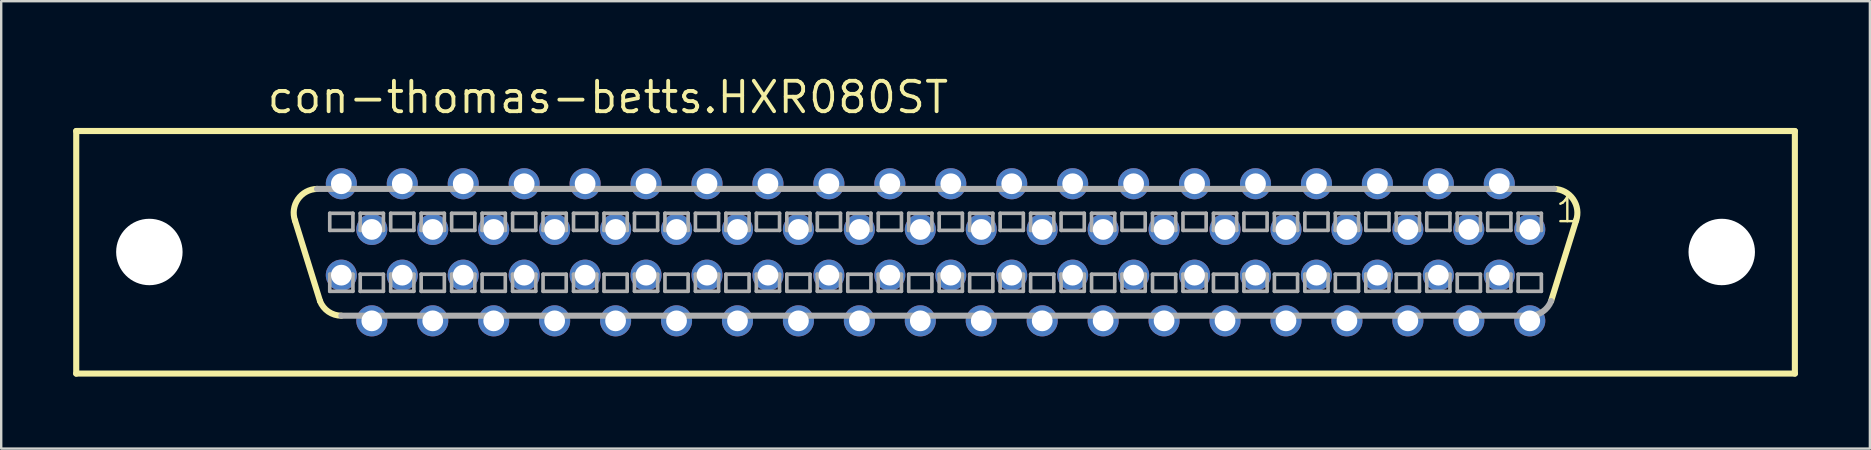
<source format=kicad_pcb>
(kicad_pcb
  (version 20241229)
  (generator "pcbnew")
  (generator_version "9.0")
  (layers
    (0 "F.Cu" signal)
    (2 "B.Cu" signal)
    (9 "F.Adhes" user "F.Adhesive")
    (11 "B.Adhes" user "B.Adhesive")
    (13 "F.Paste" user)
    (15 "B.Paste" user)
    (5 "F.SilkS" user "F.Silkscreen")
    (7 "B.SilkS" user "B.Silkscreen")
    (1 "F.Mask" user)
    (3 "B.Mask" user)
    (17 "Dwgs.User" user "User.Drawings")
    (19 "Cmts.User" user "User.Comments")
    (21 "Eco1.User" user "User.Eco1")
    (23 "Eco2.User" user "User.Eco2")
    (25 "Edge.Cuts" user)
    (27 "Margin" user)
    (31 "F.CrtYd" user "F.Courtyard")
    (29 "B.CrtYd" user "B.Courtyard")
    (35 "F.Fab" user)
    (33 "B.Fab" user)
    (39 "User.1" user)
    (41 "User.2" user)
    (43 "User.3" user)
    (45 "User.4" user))
  (footprint "con-thomas-betts.HXR080ST"
    (layer "F.Cu")
    (at 35.941 7.465)
    (property "Reference" "con-thomas-betts.HXR080ST" (at -27.94 -5.715 0) (layer "F.SilkS") (effects (font (size 1.27 1.27) (thickness 0.16)) (justify left bottom)))
    (attr through_hole)
    (fp_line (start -35.814 -5.055) (end 35.814 -5.055) (stroke (width 0.254) (type default)) (layer "F.SilkS"))
    (fp_line (start -35.814 5.055) (end -35.814 -5.055) (stroke (width 0.254) (type default)) (layer "F.SilkS"))
    (fp_line (start -25.654 2.032) (end -26.695 -1.321) (stroke (width 0.254) (type default)) (layer "F.SilkS"))
    (fp_line (start 25.654 2.032) (end 26.695 -1.321) (stroke (width 0.254) (type default)) (layer "F.SilkS"))
    (fp_line (start 35.814 -5.055) (end 35.814 5.055) (stroke (width 0.254) (type default)) (layer "F.SilkS"))
    (fp_line (start 35.814 5.055) (end -35.814 5.055) (stroke (width 0.254) (type default)) (layer "F.SilkS"))
    (fp_arc (start -26.6954 -1.3208) (mid -26.573543 -2.213361) (end -25.781 -2.6416) (stroke (width 0.254) (type default)) (layer "F.SilkS"))
    (fp_arc (start -24.765 2.6416) (mid -25.304029 2.474654) (end -25.654 2.032) (stroke (width 0.254) (type default)) (layer "F.SilkS"))
    (fp_arc (start 25.781 -2.6416) (mid 26.573543 -2.213361) (end 26.6954 -1.3208) (stroke (width 0.254) (type default)) (layer "F.SilkS"))
    (fp_line (start -25.248 -1.626) (end -25.248 -0.914) (stroke (width 0.152) (type default)) (layer "F.Fab"))
    (fp_line (start -25.248 -0.914) (end -24.282 -0.914) (stroke (width 0.152) (type default)) (layer "F.Fab"))
    (fp_line (start -25.248 0.914) (end -25.248 1.626) (stroke (width 0.152) (type default)) (layer "F.Fab"))
    (fp_line (start -25.248 1.626) (end -24.282 1.626) (stroke (width 0.152) (type default)) (layer "F.Fab"))
    (fp_line (start -24.282 -1.626) (end -25.248 -1.626) (stroke (width 0.152) (type default)) (layer "F.Fab"))
    (fp_line (start -24.282 -0.914) (end -24.282 -1.626) (stroke (width 0.152) (type default)) (layer "F.Fab"))
    (fp_line (start -24.282 0.914) (end -25.248 0.914) (stroke (width 0.152) (type default)) (layer "F.Fab"))
    (fp_line (start -24.282 1.626) (end -24.282 0.914) (stroke (width 0.152) (type default)) (layer "F.Fab"))
    (fp_line (start -23.978 -1.626) (end -23.978 -0.914) (stroke (width 0.152) (type default)) (layer "F.Fab"))
    (fp_line (start -23.978 -0.914) (end -23.012 -0.914) (stroke (width 0.152) (type default)) (layer "F.Fab"))
    (fp_line (start -23.978 0.914) (end -23.978 1.626) (stroke (width 0.152) (type default)) (layer "F.Fab"))
    (fp_line (start -23.978 1.626) (end -23.012 1.626) (stroke (width 0.152) (type default)) (layer "F.Fab"))
    (fp_line (start -23.012 -1.626) (end -23.978 -1.626) (stroke (width 0.152) (type default)) (layer "F.Fab"))
    (fp_line (start -23.012 -0.914) (end -23.012 -1.626) (stroke (width 0.152) (type default)) (layer "F.Fab"))
    (fp_line (start -23.012 0.914) (end -23.978 0.914) (stroke (width 0.152) (type default)) (layer "F.Fab"))
    (fp_line (start -23.012 1.626) (end -23.012 0.914) (stroke (width 0.152) (type default)) (layer "F.Fab"))
    (fp_line (start -22.708 -1.626) (end -22.708 -0.914) (stroke (width 0.152) (type default)) (layer "F.Fab"))
    (fp_line (start -22.708 -0.914) (end -21.742 -0.914) (stroke (width 0.152) (type default)) (layer "F.Fab"))
    (fp_line (start -22.708 0.914) (end -22.708 1.626) (stroke (width 0.152) (type default)) (layer "F.Fab"))
    (fp_line (start -22.708 1.626) (end -21.742 1.626) (stroke (width 0.152) (type default)) (layer "F.Fab"))
    (fp_line (start -21.742 -1.626) (end -22.708 -1.626) (stroke (width 0.152) (type default)) (layer "F.Fab"))
    (fp_line (start -21.742 -0.914) (end -21.742 -1.626) (stroke (width 0.152) (type default)) (layer "F.Fab"))
    (fp_line (start -21.742 0.914) (end -22.708 0.914) (stroke (width 0.152) (type default)) (layer "F.Fab"))
    (fp_line (start -21.742 1.626) (end -21.742 0.914) (stroke (width 0.152) (type default)) (layer "F.Fab"))
    (fp_line (start -21.438 -1.626) (end -21.438 -0.914) (stroke (width 0.152) (type default)) (layer "F.Fab"))
    (fp_line (start -21.438 -0.914) (end -20.472 -0.914) (stroke (width 0.152) (type default)) (layer "F.Fab"))
    (fp_line (start -21.438 0.914) (end -21.438 1.626) (stroke (width 0.152) (type default)) (layer "F.Fab"))
    (fp_line (start -21.438 1.626) (end -20.472 1.626) (stroke (width 0.152) (type default)) (layer "F.Fab"))
    (fp_line (start -20.472 -1.626) (end -21.438 -1.626) (stroke (width 0.152) (type default)) (layer "F.Fab"))
    (fp_line (start -20.472 -0.914) (end -20.472 -1.626) (stroke (width 0.152) (type default)) (layer "F.Fab"))
    (fp_line (start -20.472 0.914) (end -21.438 0.914) (stroke (width 0.152) (type default)) (layer "F.Fab"))
    (fp_line (start -20.472 1.626) (end -20.472 0.914) (stroke (width 0.152) (type default)) (layer "F.Fab"))
    (fp_line (start -20.168 -1.626) (end -20.168 -0.914) (stroke (width 0.152) (type default)) (layer "F.Fab"))
    (fp_line (start -20.168 -0.914) (end -19.202 -0.914) (stroke (width 0.152) (type default)) (layer "F.Fab"))
    (fp_line (start -20.168 0.914) (end -20.168 1.626) (stroke (width 0.152) (type default)) (layer "F.Fab"))
    (fp_line (start -20.168 1.626) (end -19.202 1.626) (stroke (width 0.152) (type default)) (layer "F.Fab"))
    (fp_line (start -19.202 -1.626) (end -20.168 -1.626) (stroke (width 0.152) (type default)) (layer "F.Fab"))
    (fp_line (start -19.202 -0.914) (end -19.202 -1.626) (stroke (width 0.152) (type default)) (layer "F.Fab"))
    (fp_line (start -19.202 0.914) (end -20.168 0.914) (stroke (width 0.152) (type default)) (layer "F.Fab"))
    (fp_line (start -19.202 1.626) (end -19.202 0.914) (stroke (width 0.152) (type default)) (layer "F.Fab"))
    (fp_line (start -18.898 -1.626) (end -18.898 -0.914) (stroke (width 0.152) (type default)) (layer "F.Fab"))
    (fp_line (start -18.898 -0.914) (end -17.932 -0.914) (stroke (width 0.152) (type default)) (layer "F.Fab"))
    (fp_line (start -18.898 0.914) (end -18.898 1.626) (stroke (width 0.152) (type default)) (layer "F.Fab"))
    (fp_line (start -18.898 1.626) (end -17.932 1.626) (stroke (width 0.152) (type default)) (layer "F.Fab"))
    (fp_line (start -17.932 -1.626) (end -18.898 -1.626) (stroke (width 0.152) (type default)) (layer "F.Fab"))
    (fp_line (start -17.932 -0.914) (end -17.932 -1.626) (stroke (width 0.152) (type default)) (layer "F.Fab"))
    (fp_line (start -17.932 0.914) (end -18.898 0.914) (stroke (width 0.152) (type default)) (layer "F.Fab"))
    (fp_line (start -17.932 1.626) (end -17.932 0.914) (stroke (width 0.152) (type default)) (layer "F.Fab"))
    (fp_line (start -17.628 -1.626) (end -17.628 -0.914) (stroke (width 0.152) (type default)) (layer "F.Fab"))
    (fp_line (start -17.628 -0.914) (end -16.662 -0.914) (stroke (width 0.152) (type default)) (layer "F.Fab"))
    (fp_line (start -17.628 0.914) (end -17.628 1.626) (stroke (width 0.152) (type default)) (layer "F.Fab"))
    (fp_line (start -17.628 1.626) (end -16.662 1.626) (stroke (width 0.152) (type default)) (layer "F.Fab"))
    (fp_line (start -16.662 -1.626) (end -17.628 -1.626) (stroke (width 0.152) (type default)) (layer "F.Fab"))
    (fp_line (start -16.662 -0.914) (end -16.662 -1.626) (stroke (width 0.152) (type default)) (layer "F.Fab"))
    (fp_line (start -16.662 0.914) (end -17.628 0.914) (stroke (width 0.152) (type default)) (layer "F.Fab"))
    (fp_line (start -16.662 1.626) (end -16.662 0.914) (stroke (width 0.152) (type default)) (layer "F.Fab"))
    (fp_line (start -16.358 -1.626) (end -16.358 -0.914) (stroke (width 0.152) (type default)) (layer "F.Fab"))
    (fp_line (start -16.358 -0.914) (end -15.392 -0.914) (stroke (width 0.152) (type default)) (layer "F.Fab"))
    (fp_line (start -16.358 0.914) (end -16.358 1.626) (stroke (width 0.152) (type default)) (layer "F.Fab"))
    (fp_line (start -16.358 1.626) (end -15.392 1.626) (stroke (width 0.152) (type default)) (layer "F.Fab"))
    (fp_line (start -15.392 -1.626) (end -16.358 -1.626) (stroke (width 0.152) (type default)) (layer "F.Fab"))
    (fp_line (start -15.392 -0.914) (end -15.392 -1.626) (stroke (width 0.152) (type default)) (layer "F.Fab"))
    (fp_line (start -15.392 0.914) (end -16.358 0.914) (stroke (width 0.152) (type default)) (layer "F.Fab"))
    (fp_line (start -15.392 1.626) (end -15.392 0.914) (stroke (width 0.152) (type default)) (layer "F.Fab"))
    (fp_line (start -15.088 -1.626) (end -15.088 -0.914) (stroke (width 0.152) (type default)) (layer "F.Fab"))
    (fp_line (start -15.088 -0.914) (end -14.122 -0.914) (stroke (width 0.152) (type default)) (layer "F.Fab"))
    (fp_line (start -15.088 0.914) (end -15.088 1.626) (stroke (width 0.152) (type default)) (layer "F.Fab"))
    (fp_line (start -15.088 1.626) (end -14.122 1.626) (stroke (width 0.152) (type default)) (layer "F.Fab"))
    (fp_line (start -14.122 -1.626) (end -15.088 -1.626) (stroke (width 0.152) (type default)) (layer "F.Fab"))
    (fp_line (start -14.122 -0.914) (end -14.122 -1.626) (stroke (width 0.152) (type default)) (layer "F.Fab"))
    (fp_line (start -14.122 0.914) (end -15.088 0.914) (stroke (width 0.152) (type default)) (layer "F.Fab"))
    (fp_line (start -14.122 1.626) (end -14.122 0.914) (stroke (width 0.152) (type default)) (layer "F.Fab"))
    (fp_line (start -13.818 -1.626) (end -13.818 -0.914) (stroke (width 0.152) (type default)) (layer "F.Fab"))
    (fp_line (start -13.818 -0.914) (end -12.852 -0.914) (stroke (width 0.152) (type default)) (layer "F.Fab"))
    (fp_line (start -13.818 0.914) (end -13.818 1.626) (stroke (width 0.152) (type default)) (layer "F.Fab"))
    (fp_line (start -13.818 1.626) (end -12.852 1.626) (stroke (width 0.152) (type default)) (layer "F.Fab"))
    (fp_line (start -12.852 -1.626) (end -13.818 -1.626) (stroke (width 0.152) (type default)) (layer "F.Fab"))
    (fp_line (start -12.852 -0.914) (end -12.852 -1.626) (stroke (width 0.152) (type default)) (layer "F.Fab"))
    (fp_line (start -12.852 0.914) (end -13.818 0.914) (stroke (width 0.152) (type default)) (layer "F.Fab"))
    (fp_line (start -12.852 1.626) (end -12.852 0.914) (stroke (width 0.152) (type default)) (layer "F.Fab"))
    (fp_line (start -12.548 -1.626) (end -12.548 -0.914) (stroke (width 0.152) (type default)) (layer "F.Fab"))
    (fp_line (start -12.548 -0.914) (end -11.582 -0.914) (stroke (width 0.152) (type default)) (layer "F.Fab"))
    (fp_line (start -12.548 0.914) (end -12.548 1.626) (stroke (width 0.152) (type default)) (layer "F.Fab"))
    (fp_line (start -12.548 1.626) (end -11.582 1.626) (stroke (width 0.152) (type default)) (layer "F.Fab"))
    (fp_line (start -11.582 -1.626) (end -12.548 -1.626) (stroke (width 0.152) (type default)) (layer "F.Fab"))
    (fp_line (start -11.582 -0.914) (end -11.582 -1.626) (stroke (width 0.152) (type default)) (layer "F.Fab"))
    (fp_line (start -11.582 0.914) (end -12.548 0.914) (stroke (width 0.152) (type default)) (layer "F.Fab"))
    (fp_line (start -11.582 1.626) (end -11.582 0.914) (stroke (width 0.152) (type default)) (layer "F.Fab"))
    (fp_line (start -11.278 -1.626) (end -11.278 -0.914) (stroke (width 0.152) (type default)) (layer "F.Fab"))
    (fp_line (start -11.278 -0.914) (end -10.312 -0.914) (stroke (width 0.152) (type default)) (layer "F.Fab"))
    (fp_line (start -11.278 0.914) (end -11.278 1.626) (stroke (width 0.152) (type default)) (layer "F.Fab"))
    (fp_line (start -11.278 1.626) (end -10.312 1.626) (stroke (width 0.152) (type default)) (layer "F.Fab"))
    (fp_line (start -10.312 -1.626) (end -11.278 -1.626) (stroke (width 0.152) (type default)) (layer "F.Fab"))
    (fp_line (start -10.312 -0.914) (end -10.312 -1.626) (stroke (width 0.152) (type default)) (layer "F.Fab"))
    (fp_line (start -10.312 0.914) (end -11.278 0.914) (stroke (width 0.152) (type default)) (layer "F.Fab"))
    (fp_line (start -10.312 1.626) (end -10.312 0.914) (stroke (width 0.152) (type default)) (layer "F.Fab"))
    (fp_line (start -10.008 -1.626) (end -10.008 -0.914) (stroke (width 0.152) (type default)) (layer "F.Fab"))
    (fp_line (start -10.008 -0.914) (end -9.042 -0.914) (stroke (width 0.152) (type default)) (layer "F.Fab"))
    (fp_line (start -10.008 0.914) (end -10.008 1.626) (stroke (width 0.152) (type default)) (layer "F.Fab"))
    (fp_line (start -10.008 1.626) (end -9.042 1.626) (stroke (width 0.152) (type default)) (layer "F.Fab"))
    (fp_line (start -9.042 -1.626) (end -10.008 -1.626) (stroke (width 0.152) (type default)) (layer "F.Fab"))
    (fp_line (start -9.042 -0.914) (end -9.042 -1.626) (stroke (width 0.152) (type default)) (layer "F.Fab"))
    (fp_line (start -9.042 0.914) (end -10.008 0.914) (stroke (width 0.152) (type default)) (layer "F.Fab"))
    (fp_line (start -9.042 1.626) (end -9.042 0.914) (stroke (width 0.152) (type default)) (layer "F.Fab"))
    (fp_line (start -8.738 -1.626) (end -8.738 -0.914) (stroke (width 0.152) (type default)) (layer "F.Fab"))
    (fp_line (start -8.738 -0.914) (end -7.772 -0.914) (stroke (width 0.152) (type default)) (layer "F.Fab"))
    (fp_line (start -8.738 0.914) (end -8.738 1.626) (stroke (width 0.152) (type default)) (layer "F.Fab"))
    (fp_line (start -8.738 1.626) (end -7.772 1.626) (stroke (width 0.152) (type default)) (layer "F.Fab"))
    (fp_line (start -7.772 -1.626) (end -8.738 -1.626) (stroke (width 0.152) (type default)) (layer "F.Fab"))
    (fp_line (start -7.772 -0.914) (end -7.772 -1.626) (stroke (width 0.152) (type default)) (layer "F.Fab"))
    (fp_line (start -7.772 0.914) (end -8.738 0.914) (stroke (width 0.152) (type default)) (layer "F.Fab"))
    (fp_line (start -7.772 1.626) (end -7.772 0.914) (stroke (width 0.152) (type default)) (layer "F.Fab"))
    (fp_line (start -7.468 -1.626) (end -7.468 -0.914) (stroke (width 0.152) (type default)) (layer "F.Fab"))
    (fp_line (start -7.468 -0.914) (end -6.502 -0.914) (stroke (width 0.152) (type default)) (layer "F.Fab"))
    (fp_line (start -7.468 0.914) (end -7.468 1.626) (stroke (width 0.152) (type default)) (layer "F.Fab"))
    (fp_line (start -7.468 1.626) (end -6.502 1.626) (stroke (width 0.152) (type default)) (layer "F.Fab"))
    (fp_line (start -6.502 -1.626) (end -7.468 -1.626) (stroke (width 0.152) (type default)) (layer "F.Fab"))
    (fp_line (start -6.502 -0.914) (end -6.502 -1.626) (stroke (width 0.152) (type default)) (layer "F.Fab"))
    (fp_line (start -6.502 0.914) (end -7.468 0.914) (stroke (width 0.152) (type default)) (layer "F.Fab"))
    (fp_line (start -6.502 1.626) (end -6.502 0.914) (stroke (width 0.152) (type default)) (layer "F.Fab"))
    (fp_line (start -6.198 -1.626) (end -6.198 -0.914) (stroke (width 0.152) (type default)) (layer "F.Fab"))
    (fp_line (start -6.198 -0.914) (end -5.232 -0.914) (stroke (width 0.152) (type default)) (layer "F.Fab"))
    (fp_line (start -6.198 0.914) (end -6.198 1.626) (stroke (width 0.152) (type default)) (layer "F.Fab"))
    (fp_line (start -6.198 1.626) (end -5.232 1.626) (stroke (width 0.152) (type default)) (layer "F.Fab"))
    (fp_line (start -5.232 -1.626) (end -6.198 -1.626) (stroke (width 0.152) (type default)) (layer "F.Fab"))
    (fp_line (start -5.232 -0.914) (end -5.232 -1.626) (stroke (width 0.152) (type default)) (layer "F.Fab"))
    (fp_line (start -5.232 0.914) (end -6.198 0.914) (stroke (width 0.152) (type default)) (layer "F.Fab"))
    (fp_line (start -5.232 1.626) (end -5.232 0.914) (stroke (width 0.152) (type default)) (layer "F.Fab"))
    (fp_line (start -4.928 -1.626) (end -4.928 -0.914) (stroke (width 0.152) (type default)) (layer "F.Fab"))
    (fp_line (start -4.928 -0.914) (end -3.962 -0.914) (stroke (width 0.152) (type default)) (layer "F.Fab"))
    (fp_line (start -4.928 0.914) (end -4.928 1.626) (stroke (width 0.152) (type default)) (layer "F.Fab"))
    (fp_line (start -4.928 1.626) (end -3.962 1.626) (stroke (width 0.152) (type default)) (layer "F.Fab"))
    (fp_line (start -3.962 -1.626) (end -4.928 -1.626) (stroke (width 0.152) (type default)) (layer "F.Fab"))
    (fp_line (start -3.962 -0.914) (end -3.962 -1.626) (stroke (width 0.152) (type default)) (layer "F.Fab"))
    (fp_line (start -3.962 0.914) (end -4.928 0.914) (stroke (width 0.152) (type default)) (layer "F.Fab"))
    (fp_line (start -3.962 1.626) (end -3.962 0.914) (stroke (width 0.152) (type default)) (layer "F.Fab"))
    (fp_line (start -3.658 -1.626) (end -3.658 -0.914) (stroke (width 0.152) (type default)) (layer "F.Fab"))
    (fp_line (start -3.658 -0.914) (end -2.692 -0.914) (stroke (width 0.152) (type default)) (layer "F.Fab"))
    (fp_line (start -3.658 0.914) (end -3.658 1.626) (stroke (width 0.152) (type default)) (layer "F.Fab"))
    (fp_line (start -3.658 1.626) (end -2.692 1.626) (stroke (width 0.152) (type default)) (layer "F.Fab"))
    (fp_line (start -2.692 -1.626) (end -3.658 -1.626) (stroke (width 0.152) (type default)) (layer "F.Fab"))
    (fp_line (start -2.692 -0.914) (end -2.692 -1.626) (stroke (width 0.152) (type default)) (layer "F.Fab"))
    (fp_line (start -2.692 0.914) (end -3.658 0.914) (stroke (width 0.152) (type default)) (layer "F.Fab"))
    (fp_line (start -2.692 1.626) (end -2.692 0.914) (stroke (width 0.152) (type default)) (layer "F.Fab"))
    (fp_line (start -2.388 -1.626) (end -2.388 -0.914) (stroke (width 0.152) (type default)) (layer "F.Fab"))
    (fp_line (start -2.388 -0.914) (end -1.422 -0.914) (stroke (width 0.152) (type default)) (layer "F.Fab"))
    (fp_line (start -2.388 0.914) (end -2.388 1.626) (stroke (width 0.152) (type default)) (layer "F.Fab"))
    (fp_line (start -2.388 1.626) (end -1.422 1.626) (stroke (width 0.152) (type default)) (layer "F.Fab"))
    (fp_line (start -1.422 -1.626) (end -2.388 -1.626) (stroke (width 0.152) (type default)) (layer "F.Fab"))
    (fp_line (start -1.422 -0.914) (end -1.422 -1.626) (stroke (width 0.152) (type default)) (layer "F.Fab"))
    (fp_line (start -1.422 0.914) (end -2.388 0.914) (stroke (width 0.152) (type default)) (layer "F.Fab"))
    (fp_line (start -1.422 1.626) (end -1.422 0.914) (stroke (width 0.152) (type default)) (layer "F.Fab"))
    (fp_line (start -1.118 -1.626) (end -1.118 -0.914) (stroke (width 0.152) (type default)) (layer "F.Fab"))
    (fp_line (start -1.118 -0.914) (end -0.152 -0.914) (stroke (width 0.152) (type default)) (layer "F.Fab"))
    (fp_line (start -1.118 0.914) (end -1.118 1.626) (stroke (width 0.152) (type default)) (layer "F.Fab"))
    (fp_line (start -1.118 1.626) (end -0.152 1.626) (stroke (width 0.152) (type default)) (layer "F.Fab"))
    (fp_line (start -0.152 -1.626) (end -1.118 -1.626) (stroke (width 0.152) (type default)) (layer "F.Fab"))
    (fp_line (start -0.152 -0.914) (end -0.152 -1.626) (stroke (width 0.152) (type default)) (layer "F.Fab"))
    (fp_line (start -0.152 0.914) (end -1.118 0.914) (stroke (width 0.152) (type default)) (layer "F.Fab"))
    (fp_line (start -0.152 1.626) (end -0.152 0.914) (stroke (width 0.152) (type default)) (layer "F.Fab"))
    (fp_line (start 0.152 -1.626) (end 0.152 -0.914) (stroke (width 0.152) (type default)) (layer "F.Fab"))
    (fp_line (start 0.152 -0.914) (end 1.118 -0.914) (stroke (width 0.152) (type default)) (layer "F.Fab"))
    (fp_line (start 0.152 0.914) (end 0.152 1.626) (stroke (width 0.152) (type default)) (layer "F.Fab"))
    (fp_line (start 0.152 1.626) (end 1.118 1.626) (stroke (width 0.152) (type default)) (layer "F.Fab"))
    (fp_line (start 1.118 -1.626) (end 0.152 -1.626) (stroke (width 0.152) (type default)) (layer "F.Fab"))
    (fp_line (start 1.118 -0.914) (end 1.118 -1.626) (stroke (width 0.152) (type default)) (layer "F.Fab"))
    (fp_line (start 1.118 0.914) (end 0.152 0.914) (stroke (width 0.152) (type default)) (layer "F.Fab"))
    (fp_line (start 1.118 1.626) (end 1.118 0.914) (stroke (width 0.152) (type default)) (layer "F.Fab"))
    (fp_line (start 1.422 -1.626) (end 1.422 -0.914) (stroke (width 0.152) (type default)) (layer "F.Fab"))
    (fp_line (start 1.422 -0.914) (end 2.388 -0.914) (stroke (width 0.152) (type default)) (layer "F.Fab"))
    (fp_line (start 1.422 0.914) (end 1.422 1.626) (stroke (width 0.152) (type default)) (layer "F.Fab"))
    (fp_line (start 1.422 1.626) (end 2.388 1.626) (stroke (width 0.152) (type default)) (layer "F.Fab"))
    (fp_line (start 2.388 -1.626) (end 1.422 -1.626) (stroke (width 0.152) (type default)) (layer "F.Fab"))
    (fp_line (start 2.388 -0.914) (end 2.388 -1.626) (stroke (width 0.152) (type default)) (layer "F.Fab"))
    (fp_line (start 2.388 0.914) (end 1.422 0.914) (stroke (width 0.152) (type default)) (layer "F.Fab"))
    (fp_line (start 2.388 1.626) (end 2.388 0.914) (stroke (width 0.152) (type default)) (layer "F.Fab"))
    (fp_line (start 2.692 -1.626) (end 2.692 -0.914) (stroke (width 0.152) (type default)) (layer "F.Fab"))
    (fp_line (start 2.692 -0.914) (end 3.658 -0.914) (stroke (width 0.152) (type default)) (layer "F.Fab"))
    (fp_line (start 2.692 0.914) (end 2.692 1.626) (stroke (width 0.152) (type default)) (layer "F.Fab"))
    (fp_line (start 2.692 1.626) (end 3.658 1.626) (stroke (width 0.152) (type default)) (layer "F.Fab"))
    (fp_line (start 3.658 -1.626) (end 2.692 -1.626) (stroke (width 0.152) (type default)) (layer "F.Fab"))
    (fp_line (start 3.658 -0.914) (end 3.658 -1.626) (stroke (width 0.152) (type default)) (layer "F.Fab"))
    (fp_line (start 3.658 0.914) (end 2.692 0.914) (stroke (width 0.152) (type default)) (layer "F.Fab"))
    (fp_line (start 3.658 1.626) (end 3.658 0.914) (stroke (width 0.152) (type default)) (layer "F.Fab"))
    (fp_line (start 3.962 -1.626) (end 3.962 -0.914) (stroke (width 0.152) (type default)) (layer "F.Fab"))
    (fp_line (start 3.962 -0.914) (end 4.928 -0.914) (stroke (width 0.152) (type default)) (layer "F.Fab"))
    (fp_line (start 3.962 0.914) (end 3.962 1.626) (stroke (width 0.152) (type default)) (layer "F.Fab"))
    (fp_line (start 3.962 1.626) (end 4.928 1.626) (stroke (width 0.152) (type default)) (layer "F.Fab"))
    (fp_line (start 4.928 -1.626) (end 3.962 -1.626) (stroke (width 0.152) (type default)) (layer "F.Fab"))
    (fp_line (start 4.928 -0.914) (end 4.928 -1.626) (stroke (width 0.152) (type default)) (layer "F.Fab"))
    (fp_line (start 4.928 0.914) (end 3.962 0.914) (stroke (width 0.152) (type default)) (layer "F.Fab"))
    (fp_line (start 4.928 1.626) (end 4.928 0.914) (stroke (width 0.152) (type default)) (layer "F.Fab"))
    (fp_line (start 5.232 -1.626) (end 5.232 -0.914) (stroke (width 0.152) (type default)) (layer "F.Fab"))
    (fp_line (start 5.232 -0.914) (end 6.198 -0.914) (stroke (width 0.152) (type default)) (layer "F.Fab"))
    (fp_line (start 5.232 0.914) (end 5.232 1.626) (stroke (width 0.152) (type default)) (layer "F.Fab"))
    (fp_line (start 5.232 1.626) (end 6.198 1.626) (stroke (width 0.152) (type default)) (layer "F.Fab"))
    (fp_line (start 6.198 -1.626) (end 5.232 -1.626) (stroke (width 0.152) (type default)) (layer "F.Fab"))
    (fp_line (start 6.198 -0.914) (end 6.198 -1.626) (stroke (width 0.152) (type default)) (layer "F.Fab"))
    (fp_line (start 6.198 0.914) (end 5.232 0.914) (stroke (width 0.152) (type default)) (layer "F.Fab"))
    (fp_line (start 6.198 1.626) (end 6.198 0.914) (stroke (width 0.152) (type default)) (layer "F.Fab"))
    (fp_line (start 6.502 -1.626) (end 6.502 -0.914) (stroke (width 0.152) (type default)) (layer "F.Fab"))
    (fp_line (start 6.502 -0.914) (end 7.468 -0.914) (stroke (width 0.152) (type default)) (layer "F.Fab"))
    (fp_line (start 6.502 0.914) (end 6.502 1.626) (stroke (width 0.152) (type default)) (layer "F.Fab"))
    (fp_line (start 6.502 1.626) (end 7.468 1.626) (stroke (width 0.152) (type default)) (layer "F.Fab"))
    (fp_line (start 7.468 -1.626) (end 6.502 -1.626) (stroke (width 0.152) (type default)) (layer "F.Fab"))
    (fp_line (start 7.468 -0.914) (end 7.468 -1.626) (stroke (width 0.152) (type default)) (layer "F.Fab"))
    (fp_line (start 7.468 0.914) (end 6.502 0.914) (stroke (width 0.152) (type default)) (layer "F.Fab"))
    (fp_line (start 7.468 1.626) (end 7.468 0.914) (stroke (width 0.152) (type default)) (layer "F.Fab"))
    (fp_line (start 7.772 -1.626) (end 7.772 -0.914) (stroke (width 0.152) (type default)) (layer "F.Fab"))
    (fp_line (start 7.772 -0.914) (end 8.738 -0.914) (stroke (width 0.152) (type default)) (layer "F.Fab"))
    (fp_line (start 7.772 0.914) (end 7.772 1.626) (stroke (width 0.152) (type default)) (layer "F.Fab"))
    (fp_line (start 7.772 1.626) (end 8.738 1.626) (stroke (width 0.152) (type default)) (layer "F.Fab"))
    (fp_line (start 8.738 -1.626) (end 7.772 -1.626) (stroke (width 0.152) (type default)) (layer "F.Fab"))
    (fp_line (start 8.738 -0.914) (end 8.738 -1.626) (stroke (width 0.152) (type default)) (layer "F.Fab"))
    (fp_line (start 8.738 0.914) (end 7.772 0.914) (stroke (width 0.152) (type default)) (layer "F.Fab"))
    (fp_line (start 8.738 1.626) (end 8.738 0.914) (stroke (width 0.152) (type default)) (layer "F.Fab"))
    (fp_line (start 9.042 -1.626) (end 9.042 -0.914) (stroke (width 0.152) (type default)) (layer "F.Fab"))
    (fp_line (start 9.042 -0.914) (end 10.008 -0.914) (stroke (width 0.152) (type default)) (layer "F.Fab"))
    (fp_line (start 9.042 0.914) (end 9.042 1.626) (stroke (width 0.152) (type default)) (layer "F.Fab"))
    (fp_line (start 9.042 1.626) (end 10.008 1.626) (stroke (width 0.152) (type default)) (layer "F.Fab"))
    (fp_line (start 10.008 -1.626) (end 9.042 -1.626) (stroke (width 0.152) (type default)) (layer "F.Fab"))
    (fp_line (start 10.008 -0.914) (end 10.008 -1.626) (stroke (width 0.152) (type default)) (layer "F.Fab"))
    (fp_line (start 10.008 0.914) (end 9.042 0.914) (stroke (width 0.152) (type default)) (layer "F.Fab"))
    (fp_line (start 10.008 1.626) (end 10.008 0.914) (stroke (width 0.152) (type default)) (layer "F.Fab"))
    (fp_line (start 10.312 -1.626) (end 10.312 -0.914) (stroke (width 0.152) (type default)) (layer "F.Fab"))
    (fp_line (start 10.312 -0.914) (end 11.278 -0.914) (stroke (width 0.152) (type default)) (layer "F.Fab"))
    (fp_line (start 10.312 0.914) (end 10.312 1.626) (stroke (width 0.152) (type default)) (layer "F.Fab"))
    (fp_line (start 10.312 1.626) (end 11.278 1.626) (stroke (width 0.152) (type default)) (layer "F.Fab"))
    (fp_line (start 11.278 -1.626) (end 10.312 -1.626) (stroke (width 0.152) (type default)) (layer "F.Fab"))
    (fp_line (start 11.278 -0.914) (end 11.278 -1.626) (stroke (width 0.152) (type default)) (layer "F.Fab"))
    (fp_line (start 11.278 0.914) (end 10.312 0.914) (stroke (width 0.152) (type default)) (layer "F.Fab"))
    (fp_line (start 11.278 1.626) (end 11.278 0.914) (stroke (width 0.152) (type default)) (layer "F.Fab"))
    (fp_line (start 11.582 -1.626) (end 11.582 -0.914) (stroke (width 0.152) (type default)) (layer "F.Fab"))
    (fp_line (start 11.582 -0.914) (end 12.548 -0.914) (stroke (width 0.152) (type default)) (layer "F.Fab"))
    (fp_line (start 11.582 0.914) (end 11.582 1.626) (stroke (width 0.152) (type default)) (layer "F.Fab"))
    (fp_line (start 11.582 1.626) (end 12.548 1.626) (stroke (width 0.152) (type default)) (layer "F.Fab"))
    (fp_line (start 12.548 -1.626) (end 11.582 -1.626) (stroke (width 0.152) (type default)) (layer "F.Fab"))
    (fp_line (start 12.548 -0.914) (end 12.548 -1.626) (stroke (width 0.152) (type default)) (layer "F.Fab"))
    (fp_line (start 12.548 0.914) (end 11.582 0.914) (stroke (width 0.152) (type default)) (layer "F.Fab"))
    (fp_line (start 12.548 1.626) (end 12.548 0.914) (stroke (width 0.152) (type default)) (layer "F.Fab"))
    (fp_line (start 12.852 -1.626) (end 12.852 -0.914) (stroke (width 0.152) (type default)) (layer "F.Fab"))
    (fp_line (start 12.852 -0.914) (end 13.818 -0.914) (stroke (width 0.152) (type default)) (layer "F.Fab"))
    (fp_line (start 12.852 0.914) (end 12.852 1.626) (stroke (width 0.152) (type default)) (layer "F.Fab"))
    (fp_line (start 12.852 1.626) (end 13.818 1.626) (stroke (width 0.152) (type default)) (layer "F.Fab"))
    (fp_line (start 13.818 -1.626) (end 12.852 -1.626) (stroke (width 0.152) (type default)) (layer "F.Fab"))
    (fp_line (start 13.818 -0.914) (end 13.818 -1.626) (stroke (width 0.152) (type default)) (layer "F.Fab"))
    (fp_line (start 13.818 0.914) (end 12.852 0.914) (stroke (width 0.152) (type default)) (layer "F.Fab"))
    (fp_line (start 13.818 1.626) (end 13.818 0.914) (stroke (width 0.152) (type default)) (layer "F.Fab"))
    (fp_line (start 14.122 -1.626) (end 14.122 -0.914) (stroke (width 0.152) (type default)) (layer "F.Fab"))
    (fp_line (start 14.122 -0.914) (end 15.088 -0.914) (stroke (width 0.152) (type default)) (layer "F.Fab"))
    (fp_line (start 14.122 0.914) (end 14.122 1.626) (stroke (width 0.152) (type default)) (layer "F.Fab"))
    (fp_line (start 14.122 1.626) (end 15.088 1.626) (stroke (width 0.152) (type default)) (layer "F.Fab"))
    (fp_line (start 15.088 -1.626) (end 14.122 -1.626) (stroke (width 0.152) (type default)) (layer "F.Fab"))
    (fp_line (start 15.088 -0.914) (end 15.088 -1.626) (stroke (width 0.152) (type default)) (layer "F.Fab"))
    (fp_line (start 15.088 0.914) (end 14.122 0.914) (stroke (width 0.152) (type default)) (layer "F.Fab"))
    (fp_line (start 15.088 1.626) (end 15.088 0.914) (stroke (width 0.152) (type default)) (layer "F.Fab"))
    (fp_line (start 15.392 -1.626) (end 15.392 -0.914) (stroke (width 0.152) (type default)) (layer "F.Fab"))
    (fp_line (start 15.392 -0.914) (end 16.358 -0.914) (stroke (width 0.152) (type default)) (layer "F.Fab"))
    (fp_line (start 15.392 0.914) (end 15.392 1.626) (stroke (width 0.152) (type default)) (layer "F.Fab"))
    (fp_line (start 15.392 1.626) (end 16.358 1.626) (stroke (width 0.152) (type default)) (layer "F.Fab"))
    (fp_line (start 16.358 -1.626) (end 15.392 -1.626) (stroke (width 0.152) (type default)) (layer "F.Fab"))
    (fp_line (start 16.358 -0.914) (end 16.358 -1.626) (stroke (width 0.152) (type default)) (layer "F.Fab"))
    (fp_line (start 16.358 0.914) (end 15.392 0.914) (stroke (width 0.152) (type default)) (layer "F.Fab"))
    (fp_line (start 16.358 1.626) (end 16.358 0.914) (stroke (width 0.152) (type default)) (layer "F.Fab"))
    (fp_line (start 16.662 -1.626) (end 16.662 -0.914) (stroke (width 0.152) (type default)) (layer "F.Fab"))
    (fp_line (start 16.662 -0.914) (end 17.628 -0.914) (stroke (width 0.152) (type default)) (layer "F.Fab"))
    (fp_line (start 16.662 0.914) (end 16.662 1.626) (stroke (width 0.152) (type default)) (layer "F.Fab"))
    (fp_line (start 16.662 1.626) (end 17.628 1.626) (stroke (width 0.152) (type default)) (layer "F.Fab"))
    (fp_line (start 17.628 -1.626) (end 16.662 -1.626) (stroke (width 0.152) (type default)) (layer "F.Fab"))
    (fp_line (start 17.628 -0.914) (end 17.628 -1.626) (stroke (width 0.152) (type default)) (layer "F.Fab"))
    (fp_line (start 17.628 0.914) (end 16.662 0.914) (stroke (width 0.152) (type default)) (layer "F.Fab"))
    (fp_line (start 17.628 1.626) (end 17.628 0.914) (stroke (width 0.152) (type default)) (layer "F.Fab"))
    (fp_line (start 17.932 -1.626) (end 17.932 -0.914) (stroke (width 0.152) (type default)) (layer "F.Fab"))
    (fp_line (start 17.932 -0.914) (end 18.898 -0.914) (stroke (width 0.152) (type default)) (layer "F.Fab"))
    (fp_line (start 17.932 0.914) (end 17.932 1.626) (stroke (width 0.152) (type default)) (layer "F.Fab"))
    (fp_line (start 17.932 1.626) (end 18.898 1.626) (stroke (width 0.152) (type default)) (layer "F.Fab"))
    (fp_line (start 18.898 -1.626) (end 17.932 -1.626) (stroke (width 0.152) (type default)) (layer "F.Fab"))
    (fp_line (start 18.898 -0.914) (end 18.898 -1.626) (stroke (width 0.152) (type default)) (layer "F.Fab"))
    (fp_line (start 18.898 0.914) (end 17.932 0.914) (stroke (width 0.152) (type default)) (layer "F.Fab"))
    (fp_line (start 18.898 1.626) (end 18.898 0.914) (stroke (width 0.152) (type default)) (layer "F.Fab"))
    (fp_line (start 19.202 -1.626) (end 19.202 -0.914) (stroke (width 0.152) (type default)) (layer "F.Fab"))
    (fp_line (start 19.202 -0.914) (end 20.168 -0.914) (stroke (width 0.152) (type default)) (layer "F.Fab"))
    (fp_line (start 19.202 0.914) (end 19.202 1.626) (stroke (width 0.152) (type default)) (layer "F.Fab"))
    (fp_line (start 19.202 1.626) (end 20.168 1.626) (stroke (width 0.152) (type default)) (layer "F.Fab"))
    (fp_line (start 20.168 -1.626) (end 19.202 -1.626) (stroke (width 0.152) (type default)) (layer "F.Fab"))
    (fp_line (start 20.168 -0.914) (end 20.168 -1.626) (stroke (width 0.152) (type default)) (layer "F.Fab"))
    (fp_line (start 20.168 0.914) (end 19.202 0.914) (stroke (width 0.152) (type default)) (layer "F.Fab"))
    (fp_line (start 20.168 1.626) (end 20.168 0.914) (stroke (width 0.152) (type default)) (layer "F.Fab"))
    (fp_line (start 20.472 -1.626) (end 20.472 -0.914) (stroke (width 0.152) (type default)) (layer "F.Fab"))
    (fp_line (start 20.472 -0.914) (end 21.438 -0.914) (stroke (width 0.152) (type default)) (layer "F.Fab"))
    (fp_line (start 20.472 0.914) (end 20.472 1.626) (stroke (width 0.152) (type default)) (layer "F.Fab"))
    (fp_line (start 20.472 1.626) (end 21.438 1.626) (stroke (width 0.152) (type default)) (layer "F.Fab"))
    (fp_line (start 21.438 -1.626) (end 20.472 -1.626) (stroke (width 0.152) (type default)) (layer "F.Fab"))
    (fp_line (start 21.438 -0.914) (end 21.438 -1.626) (stroke (width 0.152) (type default)) (layer "F.Fab"))
    (fp_line (start 21.438 0.914) (end 20.472 0.914) (stroke (width 0.152) (type default)) (layer "F.Fab"))
    (fp_line (start 21.438 1.626) (end 21.438 0.914) (stroke (width 0.152) (type default)) (layer "F.Fab"))
    (fp_line (start 21.742 -1.626) (end 21.742 -0.914) (stroke (width 0.152) (type default)) (layer "F.Fab"))
    (fp_line (start 21.742 -0.914) (end 22.708 -0.914) (stroke (width 0.152) (type default)) (layer "F.Fab"))
    (fp_line (start 21.742 0.914) (end 21.742 1.626) (stroke (width 0.152) (type default)) (layer "F.Fab"))
    (fp_line (start 21.742 1.626) (end 22.708 1.626) (stroke (width 0.152) (type default)) (layer "F.Fab"))
    (fp_line (start 22.708 -1.626) (end 21.742 -1.626) (stroke (width 0.152) (type default)) (layer "F.Fab"))
    (fp_line (start 22.708 -0.914) (end 22.708 -1.626) (stroke (width 0.152) (type default)) (layer "F.Fab"))
    (fp_line (start 22.708 0.914) (end 21.742 0.914) (stroke (width 0.152) (type default)) (layer "F.Fab"))
    (fp_line (start 22.708 1.626) (end 22.708 0.914) (stroke (width 0.152) (type default)) (layer "F.Fab"))
    (fp_line (start 23.012 -1.626) (end 23.012 -0.914) (stroke (width 0.152) (type default)) (layer "F.Fab"))
    (fp_line (start 23.012 -0.914) (end 23.978 -0.914) (stroke (width 0.152) (type default)) (layer "F.Fab"))
    (fp_line (start 23.012 0.914) (end 23.012 1.626) (stroke (width 0.152) (type default)) (layer "F.Fab"))
    (fp_line (start 23.012 1.626) (end 23.978 1.626) (stroke (width 0.152) (type default)) (layer "F.Fab"))
    (fp_line (start 23.978 -1.626) (end 23.012 -1.626) (stroke (width 0.152) (type default)) (layer "F.Fab"))
    (fp_line (start 23.978 -0.914) (end 23.978 -1.626) (stroke (width 0.152) (type default)) (layer "F.Fab"))
    (fp_line (start 23.978 0.914) (end 23.012 0.914) (stroke (width 0.152) (type default)) (layer "F.Fab"))
    (fp_line (start 23.978 1.626) (end 23.978 0.914) (stroke (width 0.152) (type default)) (layer "F.Fab"))
    (fp_line (start 24.282 -1.626) (end 24.282 -0.914) (stroke (width 0.152) (type default)) (layer "F.Fab"))
    (fp_line (start 24.282 -0.914) (end 25.248 -0.914) (stroke (width 0.152) (type default)) (layer "F.Fab"))
    (fp_line (start 24.282 0.914) (end 24.282 1.626) (stroke (width 0.152) (type default)) (layer "F.Fab"))
    (fp_line (start 24.282 1.626) (end 25.248 1.626) (stroke (width 0.152) (type default)) (layer "F.Fab"))
    (fp_line (start 24.765 2.642) (end -24.765 2.642) (stroke (width 0.254) (type default)) (layer "F.Fab"))
    (fp_line (start 25.248 -1.626) (end 24.282 -1.626) (stroke (width 0.152) (type default)) (layer "F.Fab"))
    (fp_line (start 25.248 -0.914) (end 25.248 -1.626) (stroke (width 0.152) (type default)) (layer "F.Fab"))
    (fp_line (start 25.248 0.914) (end 24.282 0.914) (stroke (width 0.152) (type default)) (layer "F.Fab"))
    (fp_line (start 25.248 1.626) (end 25.248 0.914) (stroke (width 0.152) (type default)) (layer "F.Fab"))
    (fp_line (start 25.781 -2.642) (end -25.781 -2.642) (stroke (width 0.254) (type default)) (layer "F.Fab"))
    (fp_arc (start 25.654 2.032) (mid 25.304029 2.474654) (end 24.765 2.6416) (stroke (width 0.254) (type default)) (layer "F.Fab"))
    (fp_text user "1" (at 25.781 -1.168 0) (layer "F.SilkS") (effects (font (size 1.016 1.016) (thickness 0.1)) (justify left bottom)))
    (pad "" np_thru_hole circle (at -32.766 -0.013) (size 2.769 2.769) (drill 2.769) (layers "*.Cu" "*.Mask"))
    (pad "" np_thru_hole circle (at 32.766 -0.013) (size 2.769 2.769) (drill 2.769) (layers "*.Cu" "*.Mask"))
    (pad "1" thru_hole circle (at 24.765 -0.953) (size 1.295 1.295) (drill 0.864) (layers "*.Cu" "*.Mask"))
    (pad "2" thru_hole circle (at 23.495 -2.857) (size 1.295 1.295) (drill 0.864) (layers "*.Cu" "*.Mask"))
    (pad "3" thru_hole circle (at 22.225 -0.953) (size 1.295 1.295) (drill 0.864) (layers "*.Cu" "*.Mask"))
    (pad "4" thru_hole circle (at 20.955 -2.857) (size 1.295 1.295) (drill 0.864) (layers "*.Cu" "*.Mask"))
    (pad "5" thru_hole circle (at 19.685 -0.953) (size 1.295 1.295) (drill 0.864) (layers "*.Cu" "*.Mask"))
    (pad "6" thru_hole circle (at 18.415 -2.857) (size 1.295 1.295) (drill 0.864) (layers "*.Cu" "*.Mask"))
    (pad "7" thru_hole circle (at 17.145 -0.953) (size 1.295 1.295) (drill 0.864) (layers "*.Cu" "*.Mask"))
    (pad "8" thru_hole circle (at 15.875 -2.857) (size 1.295 1.295) (drill 0.864) (layers "*.Cu" "*.Mask"))
    (pad "9" thru_hole circle (at 14.605 -0.953) (size 1.295 1.295) (drill 0.864) (layers "*.Cu" "*.Mask"))
    (pad "10" thru_hole circle (at 13.335 -2.857) (size 1.295 1.295) (drill 0.864) (layers "*.Cu" "*.Mask"))
    (pad "11" thru_hole circle (at 12.065 -0.953) (size 1.295 1.295) (drill 0.864) (layers "*.Cu" "*.Mask"))
    (pad "12" thru_hole circle (at 10.795 -2.857) (size 1.295 1.295) (drill 0.864) (layers "*.Cu" "*.Mask"))
    (pad "13" thru_hole circle (at 9.525 -0.953) (size 1.295 1.295) (drill 0.864) (layers "*.Cu" "*.Mask"))
    (pad "14" thru_hole circle (at 8.255 -2.857) (size 1.295 1.295) (drill 0.864) (layers "*.Cu" "*.Mask"))
    (pad "15" thru_hole circle (at 6.985 -0.953) (size 1.295 1.295) (drill 0.864) (layers "*.Cu" "*.Mask"))
    (pad "16" thru_hole circle (at 5.715 -2.857) (size 1.295 1.295) (drill 0.864) (layers "*.Cu" "*.Mask"))
    (pad "17" thru_hole circle (at 4.445 -0.953) (size 1.295 1.295) (drill 0.864) (layers "*.Cu" "*.Mask"))
    (pad "18" thru_hole circle (at 3.175 -2.857) (size 1.295 1.295) (drill 0.864) (layers "*.Cu" "*.Mask"))
    (pad "19" thru_hole circle (at 1.905 -0.953) (size 1.295 1.295) (drill 0.864) (layers "*.Cu" "*.Mask"))
    (pad "20" thru_hole circle (at 0.635 -2.857) (size 1.295 1.295) (drill 0.864) (layers "*.Cu" "*.Mask"))
    (pad "21" thru_hole circle (at -0.635 -0.953) (size 1.295 1.295) (drill 0.864) (layers "*.Cu" "*.Mask"))
    (pad "22" thru_hole circle (at -1.905 -2.857) (size 1.295 1.295) (drill 0.864) (layers "*.Cu" "*.Mask"))
    (pad "23" thru_hole circle (at -3.175 -0.953) (size 1.295 1.295) (drill 0.864) (layers "*.Cu" "*.Mask"))
    (pad "24" thru_hole circle (at -4.445 -2.857) (size 1.295 1.295) (drill 0.864) (layers "*.Cu" "*.Mask"))
    (pad "25" thru_hole circle (at -5.715 -0.953) (size 1.295 1.295) (drill 0.864) (layers "*.Cu" "*.Mask"))
    (pad "26" thru_hole circle (at -6.985 -2.857) (size 1.295 1.295) (drill 0.864) (layers "*.Cu" "*.Mask"))
    (pad "27" thru_hole circle (at -8.255 -0.953) (size 1.295 1.295) (drill 0.864) (layers "*.Cu" "*.Mask"))
    (pad "28" thru_hole circle (at -9.525 -2.857) (size 1.295 1.295) (drill 0.864) (layers "*.Cu" "*.Mask"))
    (pad "29" thru_hole circle (at -10.795 -0.953) (size 1.295 1.295) (drill 0.864) (layers "*.Cu" "*.Mask"))
    (pad "30" thru_hole circle (at -12.065 -2.857) (size 1.295 1.295) (drill 0.864) (layers "*.Cu" "*.Mask"))
    (pad "31" thru_hole circle (at -13.335 -0.953) (size 1.295 1.295) (drill 0.864) (layers "*.Cu" "*.Mask"))
    (pad "32" thru_hole circle (at -14.605 -2.857) (size 1.295 1.295) (drill 0.864) (layers "*.Cu" "*.Mask"))
    (pad "33" thru_hole circle (at -15.875 -0.953) (size 1.295 1.295) (drill 0.864) (layers "*.Cu" "*.Mask"))
    (pad "34" thru_hole circle (at -17.145 -2.857) (size 1.295 1.295) (drill 0.864) (layers "*.Cu" "*.Mask"))
    (pad "35" thru_hole circle (at -18.415 -0.953) (size 1.295 1.295) (drill 0.864) (layers "*.Cu" "*.Mask"))
    (pad "36" thru_hole circle (at -19.685 -2.857) (size 1.295 1.295) (drill 0.864) (layers "*.Cu" "*.Mask"))
    (pad "37" thru_hole circle (at -20.955 -0.953) (size 1.295 1.295) (drill 0.864) (layers "*.Cu" "*.Mask"))
    (pad "38" thru_hole circle (at -22.225 -2.857) (size 1.295 1.295) (drill 0.864) (layers "*.Cu" "*.Mask"))
    (pad "39" thru_hole circle (at -23.495 -0.953) (size 1.295 1.295) (drill 0.864) (layers "*.Cu" "*.Mask"))
    (pad "40" thru_hole circle (at -24.765 -2.857) (size 1.295 1.295) (drill 0.864) (layers "*.Cu" "*.Mask"))
    (pad "41" thru_hole circle (at 24.765 2.857) (size 1.295 1.295) (drill 0.864) (layers "*.Cu" "*.Mask"))
    (pad "42" thru_hole circle (at 23.495 0.953) (size 1.295 1.295) (drill 0.864) (layers "*.Cu" "*.Mask"))
    (pad "43" thru_hole circle (at 22.225 2.857) (size 1.295 1.295) (drill 0.864) (layers "*.Cu" "*.Mask"))
    (pad "44" thru_hole circle (at 20.955 0.953) (size 1.295 1.295) (drill 0.864) (layers "*.Cu" "*.Mask"))
    (pad "45" thru_hole circle (at 19.685 2.857) (size 1.295 1.295) (drill 0.864) (layers "*.Cu" "*.Mask"))
    (pad "46" thru_hole circle (at 18.415 0.953) (size 1.295 1.295) (drill 0.864) (layers "*.Cu" "*.Mask"))
    (pad "47" thru_hole circle (at 17.145 2.857) (size 1.295 1.295) (drill 0.864) (layers "*.Cu" "*.Mask"))
    (pad "48" thru_hole circle (at 15.875 0.953) (size 1.295 1.295) (drill 0.864) (layers "*.Cu" "*.Mask"))
    (pad "49" thru_hole circle (at 14.605 2.857) (size 1.295 1.295) (drill 0.864) (layers "*.Cu" "*.Mask"))
    (pad "50" thru_hole circle (at 13.335 0.953) (size 1.295 1.295) (drill 0.864) (layers "*.Cu" "*.Mask"))
    (pad "51" thru_hole circle (at 12.065 2.857) (size 1.295 1.295) (drill 0.864) (layers "*.Cu" "*.Mask"))
    (pad "52" thru_hole circle (at 10.795 0.953) (size 1.295 1.295) (drill 0.864) (layers "*.Cu" "*.Mask"))
    (pad "53" thru_hole circle (at 9.525 2.857) (size 1.295 1.295) (drill 0.864) (layers "*.Cu" "*.Mask"))
    (pad "54" thru_hole circle (at 8.255 0.953) (size 1.295 1.295) (drill 0.864) (layers "*.Cu" "*.Mask"))
    (pad "55" thru_hole circle (at 6.985 2.857) (size 1.295 1.295) (drill 0.864) (layers "*.Cu" "*.Mask"))
    (pad "56" thru_hole circle (at 5.715 0.953) (size 1.295 1.295) (drill 0.864) (layers "*.Cu" "*.Mask"))
    (pad "57" thru_hole circle (at 4.445 2.857) (size 1.295 1.295) (drill 0.864) (layers "*.Cu" "*.Mask"))
    (pad "58" thru_hole circle (at 3.175 0.953) (size 1.295 1.295) (drill 0.864) (layers "*.Cu" "*.Mask"))
    (pad "59" thru_hole circle (at 1.905 2.857) (size 1.295 1.295) (drill 0.864) (layers "*.Cu" "*.Mask"))
    (pad "60" thru_hole circle (at 0.635 0.953) (size 1.295 1.295) (drill 0.864) (layers "*.Cu" "*.Mask"))
    (pad "61" thru_hole circle (at -0.635 2.857) (size 1.295 1.295) (drill 0.864) (layers "*.Cu" "*.Mask"))
    (pad "62" thru_hole circle (at -1.905 0.953) (size 1.295 1.295) (drill 0.864) (layers "*.Cu" "*.Mask"))
    (pad "63" thru_hole circle (at -3.175 2.857) (size 1.295 1.295) (drill 0.864) (layers "*.Cu" "*.Mask"))
    (pad "64" thru_hole circle (at -4.445 0.953) (size 1.295 1.295) (drill 0.864) (layers "*.Cu" "*.Mask"))
    (pad "65" thru_hole circle (at -5.715 2.857) (size 1.295 1.295) (drill 0.864) (layers "*.Cu" "*.Mask"))
    (pad "66" thru_hole circle (at -6.985 0.953) (size 1.295 1.295) (drill 0.864) (layers "*.Cu" "*.Mask"))
    (pad "67" thru_hole circle (at -8.255 2.857) (size 1.295 1.295) (drill 0.864) (layers "*.Cu" "*.Mask"))
    (pad "68" thru_hole circle (at -9.525 0.953) (size 1.295 1.295) (drill 0.864) (layers "*.Cu" "*.Mask"))
    (pad "69" thru_hole circle (at -10.795 2.857) (size 1.295 1.295) (drill 0.864) (layers "*.Cu" "*.Mask"))
    (pad "70" thru_hole circle (at -12.065 0.953) (size 1.295 1.295) (drill 0.864) (layers "*.Cu" "*.Mask"))
    (pad "71" thru_hole circle (at -13.335 2.857) (size 1.295 1.295) (drill 0.864) (layers "*.Cu" "*.Mask"))
    (pad "72" thru_hole circle (at -14.605 0.953) (size 1.295 1.295) (drill 0.864) (layers "*.Cu" "*.Mask"))
    (pad "73" thru_hole circle (at -15.875 2.857) (size 1.295 1.295) (drill 0.864) (layers "*.Cu" "*.Mask"))
    (pad "74" thru_hole circle (at -17.145 0.953) (size 1.295 1.295) (drill 0.864) (layers "*.Cu" "*.Mask"))
    (pad "75" thru_hole circle (at -18.415 2.857) (size 1.295 1.295) (drill 0.864) (layers "*.Cu" "*.Mask"))
    (pad "76" thru_hole circle (at -19.685 0.953) (size 1.295 1.295) (drill 0.864) (layers "*.Cu" "*.Mask"))
    (pad "77" thru_hole circle (at -20.955 2.857) (size 1.295 1.295) (drill 0.864) (layers "*.Cu" "*.Mask"))
    (pad "78" thru_hole circle (at -22.225 0.953) (size 1.295 1.295) (drill 0.864) (layers "*.Cu" "*.Mask"))
    (pad "79" thru_hole circle (at -23.495 2.857) (size 1.295 1.295) (drill 0.864) (layers "*.Cu" "*.Mask"))
    (pad "80" thru_hole circle (at -24.765 0.953) (size 1.295 1.295) (drill 0.864) (layers "*.Cu" "*.Mask")))
  (gr_rect
    (start -3 -3)
    (end 74.882 15.647)
    (stroke (width 0.1) (type default))
    (fill no)
    (layer "Edge.Cuts")))
</source>
